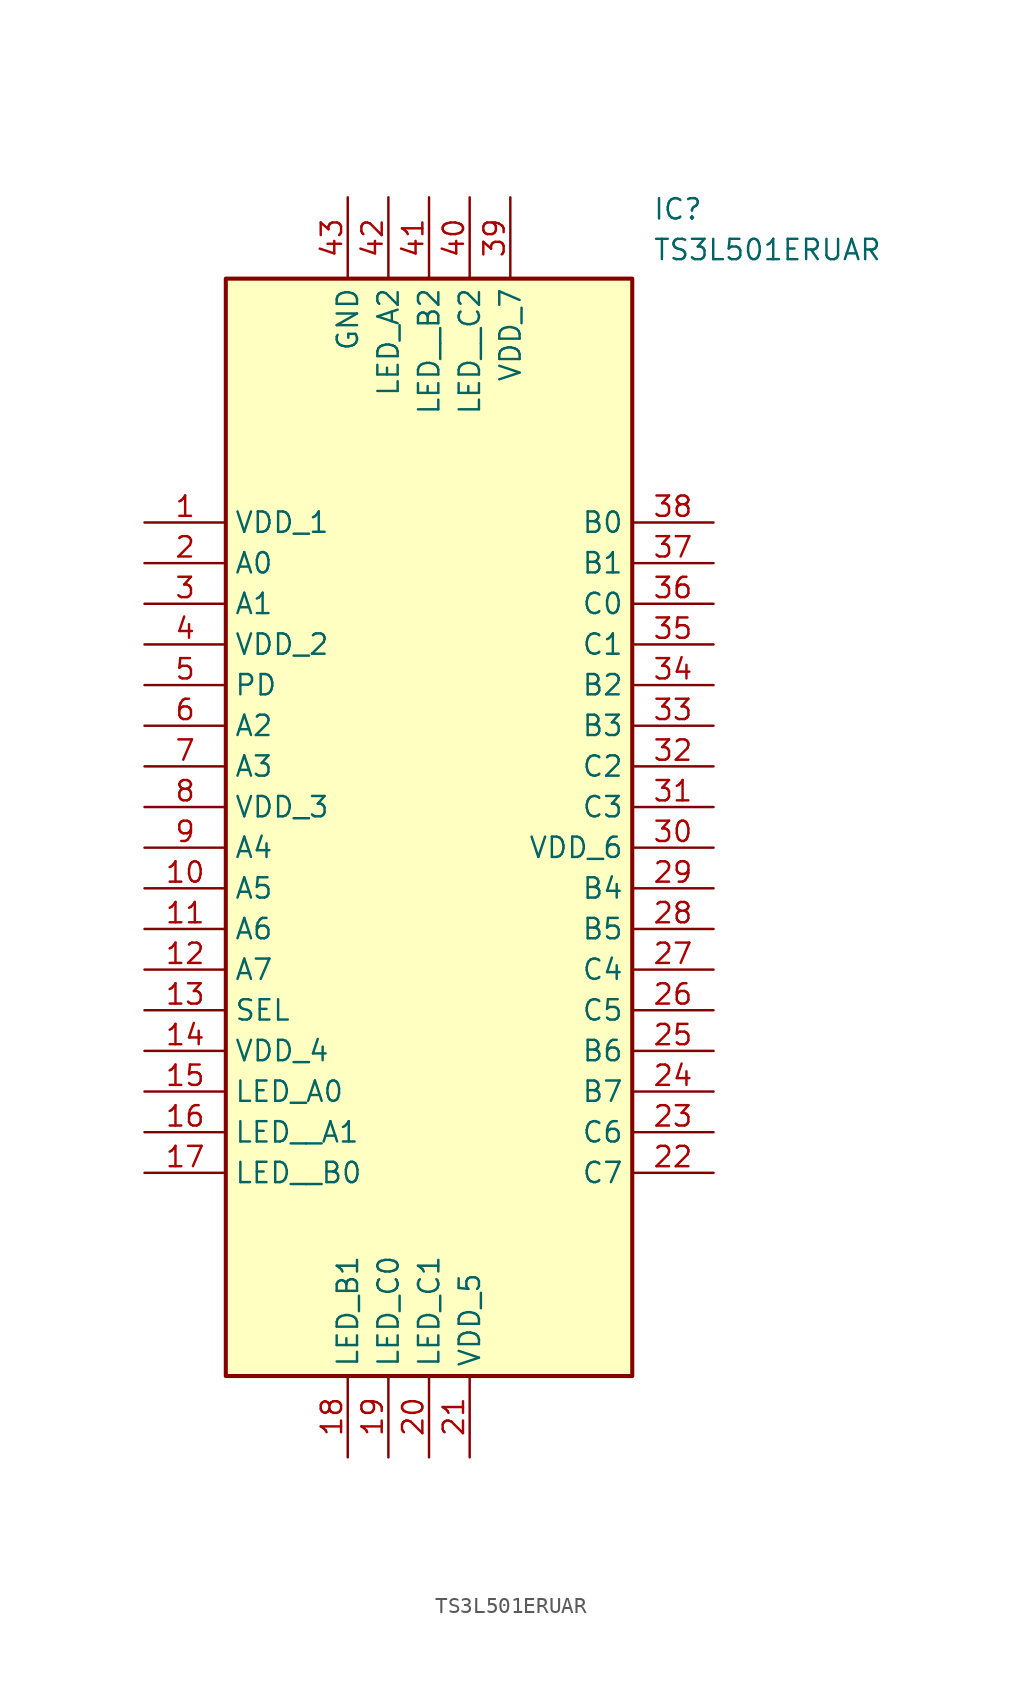
<source format=kicad_sym>
(kicad_symbol_lib
  (version 20220914)
  (generator SamacSys_ECAD_Model)
  (symbol "TS3L501ERUAR"
    (property "Reference" "IC"
      (at 31.75 20.32 0)
      (effects (font (size 1.27 1.27)) (justify left top)))
    (property "Value" "TS3L501ERUAR"
      (at 31.75 17.78 0)
      (effects (font (size 1.27 1.27)) (justify left top)))
    (rectangle
      (start 5.08 15.24)
      (end 30.48 -53.34)
      (stroke (width 0.254) (type default))
      (fill (type background)))
    (pin passive line
      (at 0 0 0)
      (length 5.08)
      (name "VDD_1" (effects (font (size 1.27 1.27))))
      (number "1" (effects (font (size 1.27 1.27)))))
    (pin passive line
      (at 0 -2.54 0)
      (length 5.08)
      (name "A0" (effects (font (size 1.27 1.27))))
      (number "2" (effects (font (size 1.27 1.27)))))
    (pin passive line
      (at 0 -5.08 0)
      (length 5.08)
      (name "A1" (effects (font (size 1.27 1.27))))
      (number "3" (effects (font (size 1.27 1.27)))))
    (pin passive line
      (at 0 -7.62 0)
      (length 5.08)
      (name "VDD_2" (effects (font (size 1.27 1.27))))
      (number "4" (effects (font (size 1.27 1.27)))))
    (pin passive line
      (at 0 -10.16 0)
      (length 5.08)
      (name "PD" (effects (font (size 1.27 1.27))))
      (number "5" (effects (font (size 1.27 1.27)))))
    (pin passive line
      (at 0 -12.7 0)
      (length 5.08)
      (name "A2" (effects (font (size 1.27 1.27))))
      (number "6" (effects (font (size 1.27 1.27)))))
    (pin passive line
      (at 0 -15.24 0)
      (length 5.08)
      (name "A3" (effects (font (size 1.27 1.27))))
      (number "7" (effects (font (size 1.27 1.27)))))
    (pin passive line
      (at 0 -17.78 0)
      (length 5.08)
      (name "VDD_3" (effects (font (size 1.27 1.27))))
      (number "8" (effects (font (size 1.27 1.27)))))
    (pin passive line
      (at 0 -20.32 0)
      (length 5.08)
      (name "A4" (effects (font (size 1.27 1.27))))
      (number "9" (effects (font (size 1.27 1.27)))))
    (pin passive line
      (at 0 -22.86 0)
      (length 5.08)
      (name "A5" (effects (font (size 1.27 1.27))))
      (number "10" (effects (font (size 1.27 1.27)))))
    (pin passive line
      (at 0 -25.4 0)
      (length 5.08)
      (name "A6" (effects (font (size 1.27 1.27))))
      (number "11" (effects (font (size 1.27 1.27)))))
    (pin passive line
      (at 0 -27.94 0)
      (length 5.08)
      (name "A7" (effects (font (size 1.27 1.27))))
      (number "12" (effects (font (size 1.27 1.27)))))
    (pin passive line
      (at 0 -30.48 0)
      (length 5.08)
      (name "SEL" (effects (font (size 1.27 1.27))))
      (number "13" (effects (font (size 1.27 1.27)))))
    (pin passive line
      (at 0 -33.02 0)
      (length 5.08)
      (name "VDD_4" (effects (font (size 1.27 1.27))))
      (number "14" (effects (font (size 1.27 1.27)))))
    (pin passive line
      (at 0 -35.56 0)
      (length 5.08)
      (name "LED_A0" (effects (font (size 1.27 1.27))))
      (number "15" (effects (font (size 1.27 1.27)))))
    (pin passive line
      (at 0 -38.1 0)
      (length 5.08)
      (name "LED__A1" (effects (font (size 1.27 1.27))))
      (number "16" (effects (font (size 1.27 1.27)))))
    (pin passive line
      (at 0 -40.64 0)
      (length 5.08)
      (name "LED__B0" (effects (font (size 1.27 1.27))))
      (number "17" (effects (font (size 1.27 1.27)))))
    (pin passive line
      (at 12.7 -58.42 90)
      (length 5.08)
      (name "LED_B1" (effects (font (size 1.27 1.27))))
      (number "18" (effects (font (size 1.27 1.27)))))
    (pin passive line
      (at 15.24 -58.42 90)
      (length 5.08)
      (name "LED_C0" (effects (font (size 1.27 1.27))))
      (number "19" (effects (font (size 1.27 1.27)))))
    (pin passive line
      (at 17.78 -58.42 90)
      (length 5.08)
      (name "LED_C1" (effects (font (size 1.27 1.27))))
      (number "20" (effects (font (size 1.27 1.27)))))
    (pin passive line
      (at 20.32 -58.42 90)
      (length 5.08)
      (name "VDD_5" (effects (font (size 1.27 1.27))))
      (number "21" (effects (font (size 1.27 1.27)))))
    (pin passive line
      (at 35.56 0 180)
      (length 5.08)
      (name "B0" (effects (font (size 1.27 1.27))))
      (number "38" (effects (font (size 1.27 1.27)))))
    (pin passive line
      (at 35.56 -2.54 180)
      (length 5.08)
      (name "B1" (effects (font (size 1.27 1.27))))
      (number "37" (effects (font (size 1.27 1.27)))))
    (pin passive line
      (at 35.56 -5.08 180)
      (length 5.08)
      (name "C0" (effects (font (size 1.27 1.27))))
      (number "36" (effects (font (size 1.27 1.27)))))
    (pin passive line
      (at 35.56 -7.62 180)
      (length 5.08)
      (name "C1" (effects (font (size 1.27 1.27))))
      (number "35" (effects (font (size 1.27 1.27)))))
    (pin passive line
      (at 35.56 -10.16 180)
      (length 5.08)
      (name "B2" (effects (font (size 1.27 1.27))))
      (number "34" (effects (font (size 1.27 1.27)))))
    (pin passive line
      (at 35.56 -12.7 180)
      (length 5.08)
      (name "B3" (effects (font (size 1.27 1.27))))
      (number "33" (effects (font (size 1.27 1.27)))))
    (pin passive line
      (at 35.56 -15.24 180)
      (length 5.08)
      (name "C2" (effects (font (size 1.27 1.27))))
      (number "32" (effects (font (size 1.27 1.27)))))
    (pin passive line
      (at 35.56 -17.78 180)
      (length 5.08)
      (name "C3" (effects (font (size 1.27 1.27))))
      (number "31" (effects (font (size 1.27 1.27)))))
    (pin passive line
      (at 35.56 -20.32 180)
      (length 5.08)
      (name "VDD_6" (effects (font (size 1.27 1.27))))
      (number "30" (effects (font (size 1.27 1.27)))))
    (pin passive line
      (at 35.56 -22.86 180)
      (length 5.08)
      (name "B4" (effects (font (size 1.27 1.27))))
      (number "29" (effects (font (size 1.27 1.27)))))
    (pin passive line
      (at 35.56 -25.4 180)
      (length 5.08)
      (name "B5" (effects (font (size 1.27 1.27))))
      (number "28" (effects (font (size 1.27 1.27)))))
    (pin passive line
      (at 35.56 -27.94 180)
      (length 5.08)
      (name "C4" (effects (font (size 1.27 1.27))))
      (number "27" (effects (font (size 1.27 1.27)))))
    (pin passive line
      (at 35.56 -30.48 180)
      (length 5.08)
      (name "C5" (effects (font (size 1.27 1.27))))
      (number "26" (effects (font (size 1.27 1.27)))))
    (pin passive line
      (at 35.56 -33.02 180)
      (length 5.08)
      (name "B6" (effects (font (size 1.27 1.27))))
      (number "25" (effects (font (size 1.27 1.27)))))
    (pin passive line
      (at 35.56 -35.56 180)
      (length 5.08)
      (name "B7" (effects (font (size 1.27 1.27))))
      (number "24" (effects (font (size 1.27 1.27)))))
    (pin passive line
      (at 35.56 -38.1 180)
      (length 5.08)
      (name "C6" (effects (font (size 1.27 1.27))))
      (number "23" (effects (font (size 1.27 1.27)))))
    (pin passive line
      (at 35.56 -40.64 180)
      (length 5.08)
      (name "C7" (effects (font (size 1.27 1.27))))
      (number "22" (effects (font (size 1.27 1.27)))))
    (pin passive line
      (at 12.7 20.32 270)
      (length 5.08)
      (name "GND" (effects (font (size 1.27 1.27))))
      (number "43" (effects (font (size 1.27 1.27)))))
    (pin passive line
      (at 15.24 20.32 270)
      (length 5.08)
      (name "LED_A2" (effects (font (size 1.27 1.27))))
      (number "42" (effects (font (size 1.27 1.27)))))
    (pin passive line
      (at 17.78 20.32 270)
      (length 5.08)
      (name "LED__B2" (effects (font (size 1.27 1.27))))
      (number "41" (effects (font (size 1.27 1.27)))))
    (pin passive line
      (at 20.32 20.32 270)
      (length 5.08)
      (name "LED__C2" (effects (font (size 1.27 1.27))))
      (number "40" (effects (font (size 1.27 1.27)))))
    (pin passive line
      (at 22.86 20.32 270)
      (length 5.08)
      (name "VDD_7" (effects (font (size 1.27 1.27))))
      (number "39" (effects (font (size 1.27 1.27)))))))
</source>
